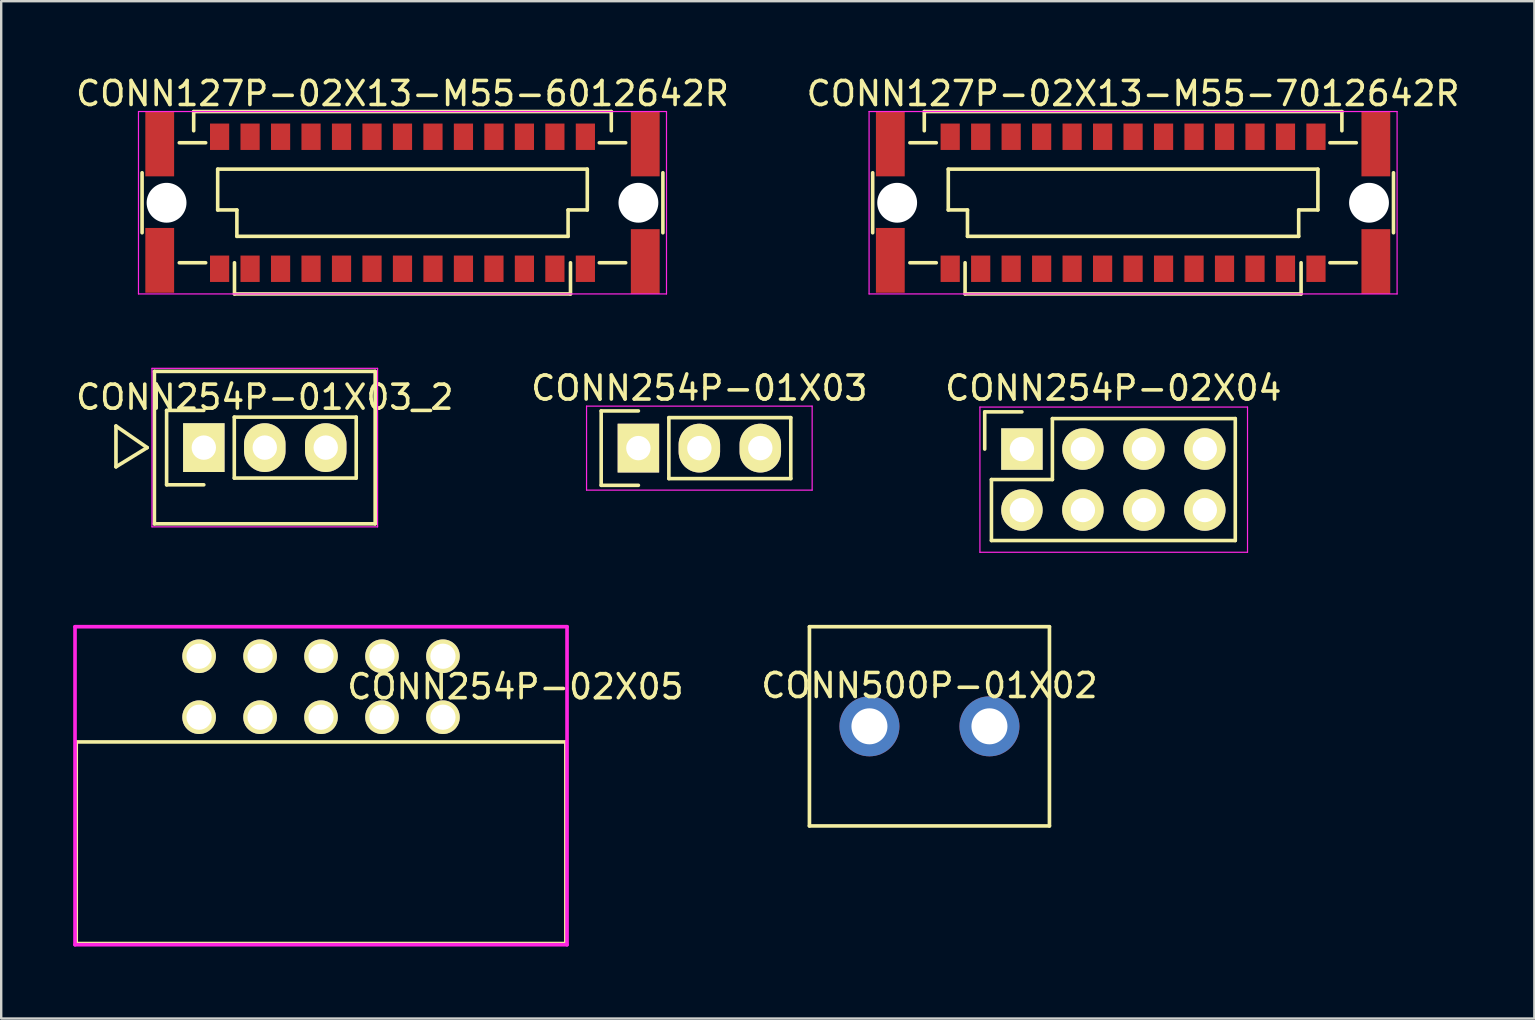
<source format=kicad_pcb>
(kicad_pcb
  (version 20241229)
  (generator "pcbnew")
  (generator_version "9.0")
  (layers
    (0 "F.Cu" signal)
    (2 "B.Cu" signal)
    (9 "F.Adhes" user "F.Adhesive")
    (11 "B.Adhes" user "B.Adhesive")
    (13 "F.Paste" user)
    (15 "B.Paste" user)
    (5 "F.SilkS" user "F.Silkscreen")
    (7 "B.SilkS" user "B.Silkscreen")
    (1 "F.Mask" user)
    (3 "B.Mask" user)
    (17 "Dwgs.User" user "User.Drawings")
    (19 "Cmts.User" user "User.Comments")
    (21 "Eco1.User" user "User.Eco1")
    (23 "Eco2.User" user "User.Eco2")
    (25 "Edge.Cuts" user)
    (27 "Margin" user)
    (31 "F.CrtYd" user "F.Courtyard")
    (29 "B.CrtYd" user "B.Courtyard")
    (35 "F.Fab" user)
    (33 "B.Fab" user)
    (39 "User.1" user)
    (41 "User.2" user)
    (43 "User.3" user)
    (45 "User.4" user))
  (footprint "CONN254P-02X05"
    (layer "F.Cu")
    (at 10.326 25.563)
    (property "Reference" "CONN254P-02X05" (at 8.1 0 0) (layer "F.SilkS") (effects (font (size 1 1) (thickness 0.15))))
    (attr through_hole)
    (fp_line (start -10.2 2.3) (end 10.2 2.3) (stroke (width 0.15) (type solid)) (layer "F.SilkS"))
    (fp_line (start -10.2 10.7) (end -10.2 2.3) (stroke (width 0.15) (type solid)) (layer "F.SilkS"))
    (fp_line (start 10.2 2.3) (end 10.2 10.7) (stroke (width 0.15) (type solid)) (layer "F.SilkS"))
    (fp_line (start 10.2 10.7) (end -10.2 10.7) (stroke (width 0.15) (type solid)) (layer "F.SilkS"))
    (fp_line (start -10.25 -2.5) (end -10.25 10.75) (stroke (width 0.152) (type solid)) (layer "F.CrtYd"))
    (fp_line (start -10.25 -2.5) (end 10.25 -2.5) (stroke (width 0.152) (type solid)) (layer "F.CrtYd"))
    (fp_line (start -10.25 10.75) (end 10.25 10.75) (stroke (width 0.152) (type solid)) (layer "F.CrtYd"))
    (fp_line (start 10.25 -2.5) (end 10.25 10.75) (stroke (width 0.152) (type solid)) (layer "F.CrtYd"))
    (pad "1" thru_hole circle (at -5.08 1.27) (size 1.4 1.4) (drill 1.05) (layers "*.Cu" "*.Mask" "F.SilkS"))
    (pad "2" thru_hole circle (at -5.08 -1.27) (size 1.4 1.4) (drill 1.05) (layers "*.Cu" "*.Mask" "F.SilkS"))
    (pad "3" thru_hole circle (at -2.54 1.27) (size 1.4 1.4) (drill 1.05) (layers "*.Cu" "*.Mask" "F.SilkS"))
    (pad "4" thru_hole circle (at -2.54 -1.27) (size 1.4 1.4) (drill 1.05) (layers "*.Cu" "*.Mask" "F.SilkS"))
    (pad "5" thru_hole circle (at 0 1.27) (size 1.4 1.4) (drill 1.05) (layers "*.Cu" "*.Mask" "F.SilkS"))
    (pad "6" thru_hole circle (at 0 -1.27) (size 1.4 1.4) (drill 1.05) (layers "*.Cu" "*.Mask" "F.SilkS"))
    (pad "7" thru_hole circle (at 2.54 1.27) (size 1.4 1.4) (drill 1.05) (layers "*.Cu" "*.Mask" "F.SilkS"))
    (pad "8" thru_hole circle (at 2.54 -1.27) (size 1.4 1.4) (drill 1.05) (layers "*.Cu" "*.Mask" "F.SilkS"))
    (pad "9" thru_hole circle (at 5.08 1.27) (size 1.4 1.4) (drill 1.05) (layers "*.Cu" "*.Mask" "F.SilkS"))
    (pad "10" thru_hole circle (at 5.08 -1.27) (size 1.4 1.4) (drill 1.05) (layers "*.Cu" "*.Mask" "F.SilkS")))
  (footprint "CONN254P-01X03_2"
    (layer "F.Cu")
    (at 7.982 15.6)
    (property "Reference" "CONN254P-01X03_2" (at 0 -2.1 0) (layer "F.SilkS") (effects (font (size 1 1) (thickness 0.15))))
    (attr through_hole)
    (fp_line (start -6.2 -0.9) (end -4.9 0) (stroke (width 0.152) (type solid)) (layer "F.SilkS"))
    (fp_line (start -6.2 0.8) (end -6.2 -0.9) (stroke (width 0.152) (type solid)) (layer "F.SilkS"))
    (fp_line (start -4.9 0) (end -6.2 0.8) (stroke (width 0.152) (type solid)) (layer "F.SilkS"))
    (fp_line (start -4.6 -3.175) (end -4.6 3.175) (stroke (width 0.152) (type solid)) (layer "F.SilkS"))
    (fp_line (start -4.09 -1.55) (end -4.09 1.55) (stroke (width 0.15) (type solid)) (layer "F.SilkS"))
    (fp_line (start -4.09 1.55) (end -2.54 1.55) (stroke (width 0.15) (type solid)) (layer "F.SilkS"))
    (fp_line (start -2.54 -1.55) (end -4.09 -1.55) (stroke (width 0.15) (type solid)) (layer "F.SilkS"))
    (fp_line (start -1.27 -1.27) (end 3.81 -1.27) (stroke (width 0.15) (type solid)) (layer "F.SilkS"))
    (fp_line (start -1.27 1.27) (end -1.27 -1.27) (stroke (width 0.15) (type solid)) (layer "F.SilkS"))
    (fp_line (start -1.27 1.27) (end 3.81 1.27) (stroke (width 0.15) (type solid)) (layer "F.SilkS"))
    (fp_line (start 3.81 -1.27) (end 3.81 1.27) (stroke (width 0.15) (type solid)) (layer "F.SilkS"))
    (fp_line (start 4.6 -3.175) (end -4.6 -3.175) (stroke (width 0.152) (type solid)) (layer "F.SilkS"))
    (fp_line (start 4.6 -3.175) (end 4.6 3.175) (stroke (width 0.152) (type solid)) (layer "F.SilkS"))
    (fp_line (start 4.6 3.175) (end -4.6 3.175) (stroke (width 0.152) (type solid)) (layer "F.SilkS"))
    (fp_line (start -4.7 -3.302) (end -4.7 3.302) (stroke (width 0.05) (type solid)) (layer "F.CrtYd"))
    (fp_line (start -4.7 -3.302) (end 4.7 -3.302) (stroke (width 0.05) (type solid)) (layer "F.CrtYd"))
    (fp_line (start -4.7 3.302) (end 4.7 3.302) (stroke (width 0.05) (type solid)) (layer "F.CrtYd"))
    (fp_line (start 4.7 -3.302) (end 4.7 3.302) (stroke (width 0.05) (type solid)) (layer "F.CrtYd"))
    (pad "1" thru_hole rect (at -2.54 0) (size 1.727 2.032) (drill 1.016) (layers "*.Cu" "*.Mask" "F.SilkS"))
    (pad "2" thru_hole oval (at 0 0) (size 1.727 2.032) (drill 1.016) (layers "*.Cu" "*.Mask" "F.SilkS"))
    (pad "3" thru_hole oval (at 2.54 0) (size 1.727 2.032) (drill 1.016) (layers "*.Cu" "*.Mask" "F.SilkS")))
  (footprint "CONN254P-01X03"
    (layer "F.Cu")
    (at 26.089 15.621)
    (property "Reference" "CONN254P-01X03" (at 0 -2.5 0) (layer "F.SilkS") (effects (font (size 1 1) (thickness 0.15))))
    (attr through_hole)
    (fp_line (start -4.09 -1.55) (end -4.09 1.55) (stroke (width 0.15) (type solid)) (layer "F.SilkS"))
    (fp_line (start -4.09 1.55) (end -2.54 1.55) (stroke (width 0.15) (type solid)) (layer "F.SilkS"))
    (fp_line (start -2.54 -1.55) (end -4.09 -1.55) (stroke (width 0.15) (type solid)) (layer "F.SilkS"))
    (fp_line (start -1.27 -1.27) (end 3.81 -1.27) (stroke (width 0.15) (type solid)) (layer "F.SilkS"))
    (fp_line (start -1.27 1.27) (end -1.27 -1.27) (stroke (width 0.15) (type solid)) (layer "F.SilkS"))
    (fp_line (start -1.27 1.27) (end 3.81 1.27) (stroke (width 0.15) (type solid)) (layer "F.SilkS"))
    (fp_line (start 3.81 -1.27) (end 3.81 1.27) (stroke (width 0.15) (type solid)) (layer "F.SilkS"))
    (fp_line (start -4.7 -1.75) (end -4.7 1.75) (stroke (width 0.05) (type solid)) (layer "F.CrtYd"))
    (fp_line (start -4.7 -1.75) (end 4.7 -1.75) (stroke (width 0.05) (type solid)) (layer "F.CrtYd"))
    (fp_line (start -4.7 1.75) (end 4.7 1.75) (stroke (width 0.05) (type solid)) (layer "F.CrtYd"))
    (fp_line (start 4.7 -1.75) (end 4.7 1.75) (stroke (width 0.05) (type solid)) (layer "F.CrtYd"))
    (pad "1" thru_hole rect (at -2.54 0) (size 1.727 2.032) (drill 1.016) (layers "*.Cu" "*.Mask" "F.SilkS"))
    (pad "2" thru_hole oval (at 0 0) (size 1.727 2.032) (drill 1.016) (layers "*.Cu" "*.Mask" "F.SilkS"))
    (pad "3" thru_hole oval (at 2.54 0) (size 1.727 2.032) (drill 1.016) (layers "*.Cu" "*.Mask" "F.SilkS")))
  (footprint "CONN500P-01X02"
    (layer "F.Cu")
    (at 35.676 27.213)
    (property "Reference" "CONN500P-01X02" (at 0 -1.7 0) (layer "F.SilkS") (effects (font (size 1 1) (thickness 0.15))))
    (attr through_hole)
    (fp_line (start -5 -4.15) (end -5 4.15) (stroke (width 0.152) (type solid)) (layer "F.SilkS"))
    (fp_line (start 5 -4.15) (end -5 -4.15) (stroke (width 0.152) (type solid)) (layer "F.SilkS"))
    (fp_line (start 5 -4.15) (end 5 4.15) (stroke (width 0.152) (type solid)) (layer "F.SilkS"))
    (fp_line (start 5 4.15) (end -5 4.15) (stroke (width 0.152) (type solid)) (layer "F.SilkS"))
    (pad "1" thru_hole circle (at -2.5 0) (size 2.5 2.5) (drill 1.5) (layers "*.Cu" "*.Mask"))
    (pad "2" thru_hole circle (at 2.5 0) (size 2.5 2.5) (drill 1.5) (layers "*.Cu" "*.Mask")))
  (footprint "CONN127P-02X13-M55-7012642R"
    (layer "F.Cu")
    (at 44.161 5.398)
    (property "Reference" "CONN127P-02X13-M55-7012642R" (at 0 -4.55 0) (layer "F.SilkS") (effects (font (size 1 1) (thickness 0.15))))
    (attr smd)
    (fp_line (start -10.85 -1.25) (end -10.85 1.25) (stroke (width 0.15) (type solid)) (layer "F.SilkS"))
    (fp_line (start -9.3 -2.5) (end -8.2 -2.5) (stroke (width 0.15) (type solid)) (layer "F.SilkS"))
    (fp_line (start -9.3 2.5) (end -8.2 2.5) (stroke (width 0.15) (type solid)) (layer "F.SilkS"))
    (fp_line (start -8.7 -3.8) (end 8.7 -3.8) (stroke (width 0.15) (type solid)) (layer "F.SilkS"))
    (fp_line (start -8.7 -3) (end -8.7 -3.8) (stroke (width 0.15) (type solid)) (layer "F.SilkS"))
    (fp_line (start -7.7 -1.4) (end 7.7 -1.4) (stroke (width 0.15) (type solid)) (layer "F.SilkS"))
    (fp_line (start -7.7 0.3) (end -7.7 -1.4) (stroke (width 0.15) (type solid)) (layer "F.SilkS"))
    (fp_line (start -7 2.5) (end -7 3.8) (stroke (width 0.15) (type solid)) (layer "F.SilkS"))
    (fp_line (start -7 3.8) (end 7 3.8) (stroke (width 0.15) (type solid)) (layer "F.SilkS"))
    (fp_line (start -6.9 0.3) (end -7.7 0.3) (stroke (width 0.15) (type solid)) (layer "F.SilkS"))
    (fp_line (start -6.9 1.4) (end -6.9 0.3) (stroke (width 0.15) (type solid)) (layer "F.SilkS"))
    (fp_line (start 6.9 0.3) (end 6.9 1.4) (stroke (width 0.15) (type solid)) (layer "F.SilkS"))
    (fp_line (start 6.9 1.4) (end -6.9 1.4) (stroke (width 0.15) (type solid)) (layer "F.SilkS"))
    (fp_line (start 7 3.8) (end 7 2.5) (stroke (width 0.15) (type solid)) (layer "F.SilkS"))
    (fp_line (start 7.7 -1.4) (end 7.7 0.3) (stroke (width 0.15) (type solid)) (layer "F.SilkS"))
    (fp_line (start 7.7 0.3) (end 6.9 0.3) (stroke (width 0.15) (type solid)) (layer "F.SilkS"))
    (fp_line (start 8.2 -2.5) (end 9.3 -2.5) (stroke (width 0.15) (type solid)) (layer "F.SilkS"))
    (fp_line (start 8.2 2.5) (end 9.3 2.5) (stroke (width 0.15) (type solid)) (layer "F.SilkS"))
    (fp_line (start 8.7 -3.8) (end 8.7 -3) (stroke (width 0.15) (type solid)) (layer "F.SilkS"))
    (fp_line (start 10.85 -1.25) (end 10.85 1.25) (stroke (width 0.15) (type solid)) (layer "F.SilkS"))
    (fp_line (start -11 -3.8) (end 11 -3.8) (stroke (width 0.05) (type solid)) (layer "F.CrtYd"))
    (fp_line (start -11 3.8) (end -11 -3.8) (stroke (width 0.05) (type solid)) (layer "F.CrtYd"))
    (fp_line (start 11 -3.8) (end 11 3.8) (stroke (width 0.05) (type solid)) (layer "F.CrtYd"))
    (fp_line (start 11 3.8) (end -11 3.8) (stroke (width 0.05) (type solid)) (layer "F.CrtYd"))
    (pad "" np_thru_hole circle (at -9.83 0) (size 1.66 1.66) (drill 1.66) (layers "*.Cu" "*.Mask"))
    (pad "" np_thru_hole circle (at 9.83 0) (size 1.66 1.66) (drill 1.66) (layers "*.Cu" "*.Mask"))
    (pad "1" smd rect (at -7.62 -2.75) (size 0.8 1.1) (layers "F.Cu" "F.Mask" "F.Paste"))
    (pad "2" smd rect (at -7.62 2.75) (size 0.8 1.1) (layers "F.Cu" "F.Mask" "F.Paste"))
    (pad "3" smd rect (at -6.35 -2.75) (size 0.8 1.1) (layers "F.Cu" "F.Mask" "F.Paste"))
    (pad "4" smd rect (at -6.35 2.75) (size 0.8 1.1) (layers "F.Cu" "F.Mask" "F.Paste"))
    (pad "5" smd rect (at -5.08 -2.75) (size 0.8 1.1) (layers "F.Cu" "F.Mask" "F.Paste"))
    (pad "6" smd rect (at -5.08 2.75) (size 0.8 1.1) (layers "F.Cu" "F.Mask" "F.Paste"))
    (pad "7" smd rect (at -3.81 -2.75) (size 0.8 1.1) (layers "F.Cu" "F.Mask" "F.Paste"))
    (pad "8" smd rect (at -3.81 2.75) (size 0.8 1.1) (layers "F.Cu" "F.Mask" "F.Paste"))
    (pad "9" smd rect (at -2.54 -2.75) (size 0.8 1.1) (layers "F.Cu" "F.Mask" "F.Paste"))
    (pad "10" smd rect (at -2.54 2.75) (size 0.8 1.1) (layers "F.Cu" "F.Mask" "F.Paste"))
    (pad "11" smd rect (at -1.27 -2.75) (size 0.8 1.1) (layers "F.Cu" "F.Mask" "F.Paste"))
    (pad "12" smd rect (at -1.27 2.75) (size 0.8 1.1) (layers "F.Cu" "F.Mask" "F.Paste"))
    (pad "13" smd rect (at 0 -2.75) (size 0.8 1.1) (layers "F.Cu" "F.Mask" "F.Paste"))
    (pad "14" smd rect (at 0 2.75) (size 0.8 1.1) (layers "F.Cu" "F.Mask" "F.Paste"))
    (pad "15" smd rect (at 1.27 -2.75) (size 0.8 1.1) (layers "F.Cu" "F.Mask" "F.Paste"))
    (pad "16" smd rect (at 1.27 2.75) (size 0.8 1.1) (layers "F.Cu" "F.Mask" "F.Paste"))
    (pad "17" smd rect (at 2.54 -2.75) (size 0.8 1.1) (layers "F.Cu" "F.Mask" "F.Paste"))
    (pad "18" smd rect (at 2.54 2.75) (size 0.8 1.1) (layers "F.Cu" "F.Mask" "F.Paste"))
    (pad "19" smd rect (at 3.81 -2.75) (size 0.8 1.1) (layers "F.Cu" "F.Mask" "F.Paste"))
    (pad "20" smd rect (at 3.81 2.75) (size 0.8 1.1) (layers "F.Cu" "F.Mask" "F.Paste"))
    (pad "21" smd rect (at 5.08 -2.75) (size 0.8 1.1) (layers "F.Cu" "F.Mask" "F.Paste"))
    (pad "22" smd rect (at 5.08 2.75) (size 0.8 1.1) (layers "F.Cu" "F.Mask" "F.Paste"))
    (pad "23" smd rect (at 6.35 -2.75) (size 0.8 1.1) (layers "F.Cu" "F.Mask" "F.Paste"))
    (pad "24" smd rect (at 6.35 2.75) (size 0.8 1.1) (layers "F.Cu" "F.Mask" "F.Paste"))
    (pad "25" smd rect (at 7.62 -2.75) (size 0.8 1.1) (layers "F.Cu" "F.Mask" "F.Paste"))
    (pad "26" smd rect (at 7.62 2.75) (size 0.8 1.1) (layers "F.Cu" "F.Mask" "F.Paste"))
    (pad "TAB" smd rect (at -10.115 -2.45) (size 1.2 2.7) (layers "F.Cu" "F.Mask" "F.Paste"))
    (pad "TAB" smd rect (at -10.115 2.4) (size 1.2 2.7) (layers "F.Cu" "F.Mask" "F.Paste"))
    (pad "TAB" smd rect (at 10.115 -2.45) (size 1.2 2.7) (layers "F.Cu" "F.Mask" "F.Paste"))
    (pad "TAB" smd rect (at 10.115 2.45) (size 1.2 2.7) (layers "F.Cu" "F.Mask" "F.Paste")))
  (footprint "CONN127P-02X13-M55-6012642R"
    (layer "F.Cu")
    (at 13.72 5.398)
    (property "Reference" "CONN127P-02X13-M55-6012642R" (at 0 -4.55 0) (layer "F.SilkS") (effects (font (size 1 1) (thickness 0.15))))
    (attr smd)
    (fp_line (start -10.85 -1.25) (end -10.85 1.25) (stroke (width 0.15) (type solid)) (layer "F.SilkS"))
    (fp_line (start -9.3 -2.5) (end -8.2 -2.5) (stroke (width 0.15) (type solid)) (layer "F.SilkS"))
    (fp_line (start -9.3 2.5) (end -8.2 2.5) (stroke (width 0.15) (type solid)) (layer "F.SilkS"))
    (fp_line (start -8.7 -3.8) (end 8.7 -3.8) (stroke (width 0.15) (type solid)) (layer "F.SilkS"))
    (fp_line (start -8.7 -3) (end -8.7 -3.8) (stroke (width 0.15) (type solid)) (layer "F.SilkS"))
    (fp_line (start -7.7 -1.4) (end 7.7 -1.4) (stroke (width 0.15) (type solid)) (layer "F.SilkS"))
    (fp_line (start -7.7 0.3) (end -7.7 -1.4) (stroke (width 0.15) (type solid)) (layer "F.SilkS"))
    (fp_line (start -7 2.5) (end -7 3.8) (stroke (width 0.15) (type solid)) (layer "F.SilkS"))
    (fp_line (start -7 3.8) (end 7 3.8) (stroke (width 0.15) (type solid)) (layer "F.SilkS"))
    (fp_line (start -6.9 0.3) (end -7.7 0.3) (stroke (width 0.15) (type solid)) (layer "F.SilkS"))
    (fp_line (start -6.9 1.4) (end -6.9 0.3) (stroke (width 0.15) (type solid)) (layer "F.SilkS"))
    (fp_line (start 6.9 0.3) (end 6.9 1.4) (stroke (width 0.15) (type solid)) (layer "F.SilkS"))
    (fp_line (start 6.9 1.4) (end -6.9 1.4) (stroke (width 0.15) (type solid)) (layer "F.SilkS"))
    (fp_line (start 7 3.8) (end 7 2.5) (stroke (width 0.15) (type solid)) (layer "F.SilkS"))
    (fp_line (start 7.7 -1.4) (end 7.7 0.3) (stroke (width 0.15) (type solid)) (layer "F.SilkS"))
    (fp_line (start 7.7 0.3) (end 6.9 0.3) (stroke (width 0.15) (type solid)) (layer "F.SilkS"))
    (fp_line (start 8.2 -2.5) (end 9.3 -2.5) (stroke (width 0.15) (type solid)) (layer "F.SilkS"))
    (fp_line (start 8.2 2.5) (end 9.3 2.5) (stroke (width 0.15) (type solid)) (layer "F.SilkS"))
    (fp_line (start 8.7 -3.8) (end 8.7 -3) (stroke (width 0.15) (type solid)) (layer "F.SilkS"))
    (fp_line (start 10.85 -1.25) (end 10.85 1.25) (stroke (width 0.15) (type solid)) (layer "F.SilkS"))
    (fp_line (start -11 -3.8) (end 11 -3.8) (stroke (width 0.05) (type solid)) (layer "F.CrtYd"))
    (fp_line (start -11 3.8) (end -11 -3.8) (stroke (width 0.05) (type solid)) (layer "F.CrtYd"))
    (fp_line (start 11 -3.8) (end 11 3.8) (stroke (width 0.05) (type solid)) (layer "F.CrtYd"))
    (fp_line (start 11 3.8) (end -11 3.8) (stroke (width 0.05) (type solid)) (layer "F.CrtYd"))
    (pad "" np_thru_hole circle (at -9.83 0) (size 1.66 1.66) (drill 1.66) (layers "*.Cu" "*.Mask"))
    (pad "" np_thru_hole circle (at 9.83 0) (size 1.66 1.66) (drill 1.66) (layers "*.Cu" "*.Mask"))
    (pad "1" smd rect (at 7.62 -2.75) (size 0.8 1.1) (layers "F.Cu" "F.Mask" "F.Paste"))
    (pad "2" smd rect (at 7.62 2.75) (size 0.8 1.1) (layers "F.Cu" "F.Mask" "F.Paste"))
    (pad "3" smd rect (at 6.35 -2.75) (size 0.8 1.1) (layers "F.Cu" "F.Mask" "F.Paste"))
    (pad "4" smd rect (at 6.35 2.75) (size 0.8 1.1) (layers "F.Cu" "F.Mask" "F.Paste"))
    (pad "5" smd rect (at 5.08 -2.75) (size 0.8 1.1) (layers "F.Cu" "F.Mask" "F.Paste"))
    (pad "6" smd rect (at 5.08 2.75) (size 0.8 1.1) (layers "F.Cu" "F.Mask" "F.Paste"))
    (pad "7" smd rect (at 3.81 -2.75) (size 0.8 1.1) (layers "F.Cu" "F.Mask" "F.Paste"))
    (pad "8" smd rect (at 3.81 2.75) (size 0.8 1.1) (layers "F.Cu" "F.Mask" "F.Paste"))
    (pad "9" smd rect (at 2.54 -2.75) (size 0.8 1.1) (layers "F.Cu" "F.Mask" "F.Paste"))
    (pad "10" smd rect (at 2.54 2.75) (size 0.8 1.1) (layers "F.Cu" "F.Mask" "F.Paste"))
    (pad "11" smd rect (at 1.27 -2.75) (size 0.8 1.1) (layers "F.Cu" "F.Mask" "F.Paste"))
    (pad "12" smd rect (at 1.27 2.75) (size 0.8 1.1) (layers "F.Cu" "F.Mask" "F.Paste"))
    (pad "13" smd rect (at 0 -2.75) (size 0.8 1.1) (layers "F.Cu" "F.Mask" "F.Paste"))
    (pad "14" smd rect (at 0 2.75) (size 0.8 1.1) (layers "F.Cu" "F.Mask" "F.Paste"))
    (pad "15" smd rect (at -1.27 -2.75) (size 0.8 1.1) (layers "F.Cu" "F.Mask" "F.Paste"))
    (pad "16" smd rect (at -1.27 2.75) (size 0.8 1.1) (layers "F.Cu" "F.Mask" "F.Paste"))
    (pad "17" smd rect (at -2.54 -2.75) (size 0.8 1.1) (layers "F.Cu" "F.Mask" "F.Paste"))
    (pad "18" smd rect (at -2.54 2.75) (size 0.8 1.1) (layers "F.Cu" "F.Mask" "F.Paste"))
    (pad "19" smd rect (at -3.81 -2.75) (size 0.8 1.1) (layers "F.Cu" "F.Mask" "F.Paste"))
    (pad "20" smd rect (at -3.81 2.75) (size 0.8 1.1) (layers "F.Cu" "F.Mask" "F.Paste"))
    (pad "21" smd rect (at -5.08 -2.75) (size 0.8 1.1) (layers "F.Cu" "F.Mask" "F.Paste"))
    (pad "22" smd rect (at -5.08 2.75) (size 0.8 1.1) (layers "F.Cu" "F.Mask" "F.Paste"))
    (pad "23" smd rect (at -6.35 -2.75) (size 0.8 1.1) (layers "F.Cu" "F.Mask" "F.Paste"))
    (pad "24" smd rect (at -6.35 2.75) (size 0.8 1.1) (layers "F.Cu" "F.Mask" "F.Paste"))
    (pad "25" smd rect (at -7.62 -2.75) (size 0.8 1.1) (layers "F.Cu" "F.Mask" "F.Paste"))
    (pad "26" smd rect (at -7.62 2.75) (size 0.8 1.1) (layers "F.Cu" "F.Mask" "F.Paste"))
    (pad "TAB" smd rect (at -10.115 -2.45) (size 1.2 2.7) (layers "F.Cu" "F.Mask" "F.Paste"))
    (pad "TAB" smd rect (at -10.115 2.4) (size 1.2 2.7) (layers "F.Cu" "F.Mask" "F.Paste"))
    (pad "TAB" smd rect (at 10.115 -2.45) (size 1.2 2.7) (layers "F.Cu" "F.Mask" "F.Paste"))
    (pad "TAB" smd rect (at 10.115 2.45) (size 1.2 2.7) (layers "F.Cu" "F.Mask" "F.Paste")))
  (footprint "CONN254P-02X04"
    (layer "F.Cu")
    (at 43.339 16.931)
    (property "Reference" "CONN254P-02X04" (at 0 -3.81 0) (layer "F.SilkS") (effects (font (size 1 1) (thickness 0.15))))
    (attr through_hole)
    (fp_line (start -5.36 -2.82) (end -5.36 -1.27) (stroke (width 0.15) (type solid)) (layer "F.SilkS"))
    (fp_line (start -5.08 0) (end -2.54 0) (stroke (width 0.15) (type solid)) (layer "F.SilkS"))
    (fp_line (start -5.08 2.54) (end -5.08 0) (stroke (width 0.15) (type solid)) (layer "F.SilkS"))
    (fp_line (start -3.81 -2.82) (end -5.36 -2.82) (stroke (width 0.15) (type solid)) (layer "F.SilkS"))
    (fp_line (start -2.54 -2.54) (end 5.08 -2.54) (stroke (width 0.15) (type solid)) (layer "F.SilkS"))
    (fp_line (start -2.54 0) (end -2.54 -2.54) (stroke (width 0.15) (type solid)) (layer "F.SilkS"))
    (fp_line (start 5.08 -2.54) (end 5.08 2.54) (stroke (width 0.15) (type solid)) (layer "F.SilkS"))
    (fp_line (start 5.08 2.54) (end -5.08 2.54) (stroke (width 0.15) (type solid)) (layer "F.SilkS"))
    (fp_line (start -5.56 -3.02) (end -5.56 3.03) (stroke (width 0.05) (type solid)) (layer "F.CrtYd"))
    (fp_line (start -5.56 -3.02) (end 5.59 -3.02) (stroke (width 0.05) (type solid)) (layer "F.CrtYd"))
    (fp_line (start -5.56 3.03) (end 5.59 3.03) (stroke (width 0.05) (type solid)) (layer "F.CrtYd"))
    (fp_line (start 5.59 -3.02) (end 5.59 3.03) (stroke (width 0.05) (type solid)) (layer "F.CrtYd"))
    (pad "1" thru_hole rect (at -3.81 -1.27) (size 1.727 1.727) (drill 1.016) (layers "*.Cu" "*.Mask" "F.SilkS"))
    (pad "2" thru_hole oval (at -3.81 1.27) (size 1.727 1.727) (drill 1.016) (layers "*.Cu" "*.Mask" "F.SilkS"))
    (pad "3" thru_hole oval (at -1.27 -1.27) (size 1.727 1.727) (drill 1.016) (layers "*.Cu" "*.Mask" "F.SilkS"))
    (pad "4" thru_hole oval (at -1.27 1.27) (size 1.727 1.727) (drill 1.016) (layers "*.Cu" "*.Mask" "F.SilkS"))
    (pad "5" thru_hole oval (at 1.27 -1.27) (size 1.727 1.727) (drill 1.016) (layers "*.Cu" "*.Mask" "F.SilkS"))
    (pad "6" thru_hole oval (at 1.27 1.27) (size 1.727 1.727) (drill 1.016) (layers "*.Cu" "*.Mask" "F.SilkS"))
    (pad "7" thru_hole oval (at 3.81 -1.27) (size 1.727 1.727) (drill 1.016) (layers "*.Cu" "*.Mask" "F.SilkS"))
    (pad "8" thru_hole oval (at 3.81 1.27) (size 1.727 1.727) (drill 1.016) (layers "*.Cu" "*.Mask" "F.SilkS")))
  (gr_rect
    (start -3 -3)
    (end 60.881 39.389)
    (stroke (width 0.1) (type default))
    (fill no)
    (layer "Edge.Cuts")))
</source>
